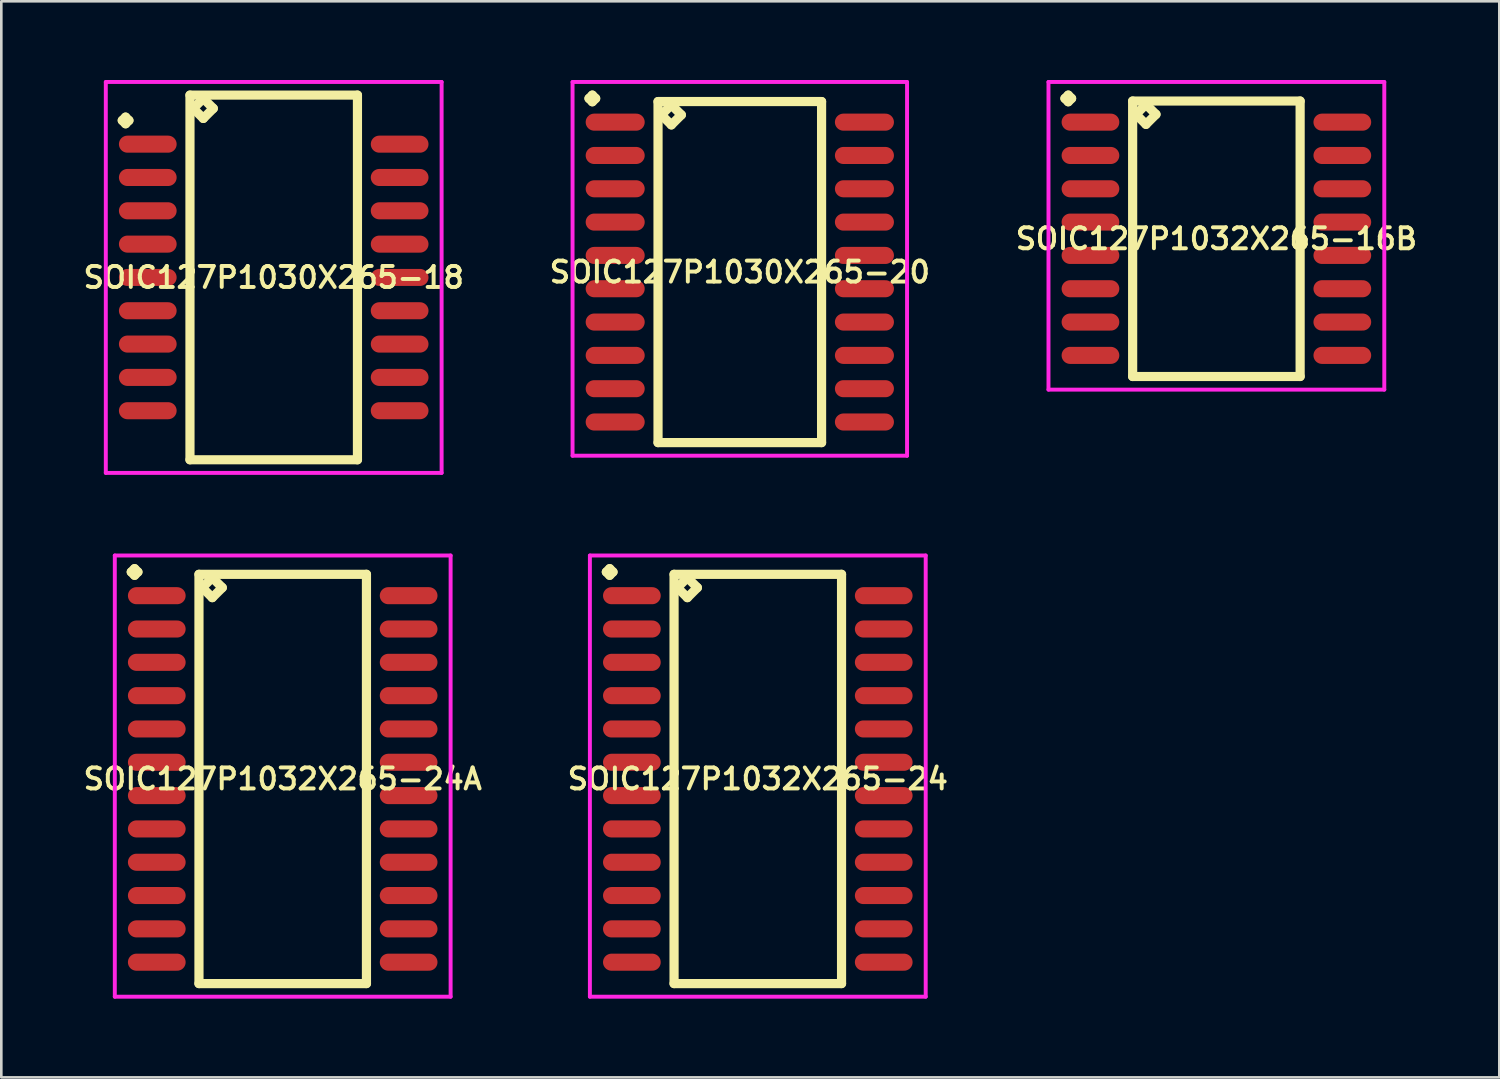
<source format=kicad_pcb>
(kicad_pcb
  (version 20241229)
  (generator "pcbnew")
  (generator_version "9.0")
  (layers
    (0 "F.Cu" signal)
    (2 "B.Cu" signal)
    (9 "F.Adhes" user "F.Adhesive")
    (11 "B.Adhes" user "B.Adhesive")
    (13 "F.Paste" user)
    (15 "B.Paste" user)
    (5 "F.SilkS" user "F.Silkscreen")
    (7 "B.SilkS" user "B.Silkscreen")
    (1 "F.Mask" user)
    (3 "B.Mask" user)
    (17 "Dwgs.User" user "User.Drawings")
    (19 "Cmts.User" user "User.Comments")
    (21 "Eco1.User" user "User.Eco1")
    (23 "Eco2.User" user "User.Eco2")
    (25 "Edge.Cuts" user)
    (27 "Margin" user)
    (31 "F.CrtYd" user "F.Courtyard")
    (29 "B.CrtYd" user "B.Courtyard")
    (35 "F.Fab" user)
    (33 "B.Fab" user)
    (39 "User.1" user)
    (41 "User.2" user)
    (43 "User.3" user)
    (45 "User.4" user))
  (footprint "SOIC127P1030X265-20"
    (layer "F.Cu")
    (at 25.149 7.321)
    (property "Reference" "SOIC127P1030X265-20" (at 0 0 0) (layer "F.SilkS") (effects (font (size 0.8 0.8) (thickness 0.15))))
    (attr smd)
    (fp_line (start -5.748 -6.619) (end -5.621 -6.746) (stroke (width 0.35) (type solid)) (layer "F.SilkS"))
    (fp_line (start -5.621 -6.746) (end -5.494 -6.619) (stroke (width 0.35) (type solid)) (layer "F.SilkS"))
    (fp_line (start -5.621 -6.492) (end -5.748 -6.619) (stroke (width 0.35) (type solid)) (layer "F.SilkS"))
    (fp_line (start -5.494 -6.619) (end -5.621 -6.492) (stroke (width 0.35) (type solid)) (layer "F.SilkS"))
    (fp_line (start -3.117 -6.5) (end -3.117 6.5) (stroke (width 0.35) (type solid)) (layer "F.SilkS"))
    (fp_line (start -3.117 6.5) (end 3.117 6.5) (stroke (width 0.35) (type solid)) (layer "F.SilkS"))
    (fp_line (start -2.99 -5.992) (end -2.609 -6.373) (stroke (width 0.35) (type solid)) (layer "F.SilkS"))
    (fp_line (start -2.609 -6.373) (end -2.228 -5.992) (stroke (width 0.35) (type solid)) (layer "F.SilkS"))
    (fp_line (start -2.609 -5.611) (end -2.99 -5.992) (stroke (width 0.35) (type solid)) (layer "F.SilkS"))
    (fp_line (start -2.228 -5.992) (end -2.609 -5.611) (stroke (width 0.35) (type solid)) (layer "F.SilkS"))
    (fp_line (start 3.117 -6.5) (end -3.117 -6.5) (stroke (width 0.35) (type solid)) (layer "F.SilkS"))
    (fp_line (start 3.117 6.5) (end 3.117 -6.5) (stroke (width 0.35) (type solid)) (layer "F.SilkS"))
    (fp_line (start -6.375 -7.246) (end 6.375 -7.246) (stroke (width 0.15) (type solid)) (layer "F.CrtYd"))
    (fp_line (start -6.375 7) (end -6.375 -7.246) (stroke (width 0.15) (type solid)) (layer "F.CrtYd"))
    (fp_line (start 6.375 -7.246) (end 6.375 7) (stroke (width 0.15) (type solid)) (layer "F.CrtYd"))
    (fp_line (start 6.375 7) (end -6.375 7) (stroke (width 0.15) (type solid)) (layer "F.CrtYd"))
    (pad "1" smd oval (at -4.75 -5.715) (size 2.25 0.65) (layers "F.Cu" "F.Mask" "F.Paste"))
    (pad "2" smd oval (at -4.75 -4.445) (size 2.25 0.65) (layers "F.Cu" "F.Mask" "F.Paste"))
    (pad "3" smd oval (at -4.75 -3.175) (size 2.25 0.65) (layers "F.Cu" "F.Mask" "F.Paste"))
    (pad "4" smd oval (at -4.75 -1.905) (size 2.25 0.65) (layers "F.Cu" "F.Mask" "F.Paste"))
    (pad "5" smd oval (at -4.75 -0.635) (size 2.25 0.65) (layers "F.Cu" "F.Mask" "F.Paste"))
    (pad "6" smd oval (at -4.75 0.635) (size 2.25 0.65) (layers "F.Cu" "F.Mask" "F.Paste"))
    (pad "7" smd oval (at -4.75 1.905) (size 2.25 0.65) (layers "F.Cu" "F.Mask" "F.Paste"))
    (pad "8" smd oval (at -4.75 3.175) (size 2.25 0.65) (layers "F.Cu" "F.Mask" "F.Paste"))
    (pad "9" smd oval (at -4.75 4.445) (size 2.25 0.65) (layers "F.Cu" "F.Mask" "F.Paste"))
    (pad "10" smd oval (at -4.75 5.715) (size 2.25 0.65) (layers "F.Cu" "F.Mask" "F.Paste"))
    (pad "11" smd oval (at 4.75 5.715) (size 2.25 0.65) (layers "F.Cu" "F.Mask" "F.Paste"))
    (pad "12" smd oval (at 4.75 4.445) (size 2.25 0.65) (layers "F.Cu" "F.Mask" "F.Paste"))
    (pad "13" smd oval (at 4.75 3.175) (size 2.25 0.65) (layers "F.Cu" "F.Mask" "F.Paste"))
    (pad "14" smd oval (at 4.75 1.905) (size 2.25 0.65) (layers "F.Cu" "F.Mask" "F.Paste"))
    (pad "15" smd oval (at 4.75 0.635) (size 2.25 0.65) (layers "F.Cu" "F.Mask" "F.Paste"))
    (pad "16" smd oval (at 4.75 -0.635) (size 2.25 0.65) (layers "F.Cu" "F.Mask" "F.Paste"))
    (pad "17" smd oval (at 4.75 -1.905) (size 2.25 0.65) (layers "F.Cu" "F.Mask" "F.Paste"))
    (pad "18" smd oval (at 4.75 -3.175) (size 2.25 0.65) (layers "F.Cu" "F.Mask" "F.Paste"))
    (pad "19" smd oval (at 4.75 -4.445) (size 2.25 0.65) (layers "F.Cu" "F.Mask" "F.Paste"))
    (pad "20" smd oval (at 4.75 -5.715) (size 2.25 0.65) (layers "F.Cu" "F.Mask" "F.Paste")))
  (footprint "SOIC127P1030X265-18"
    (layer "F.Cu")
    (at 7.383 7.525)
    (property "Reference" "SOIC127P1030X265-18" (at 0 0 0) (layer "F.SilkS") (effects (font (size 0.8 0.8) (thickness 0.15))))
    (attr smd)
    (fp_line (start -5.773 -5.984) (end -5.646 -6.111) (stroke (width 0.35) (type solid)) (layer "F.SilkS"))
    (fp_line (start -5.646 -6.111) (end -5.519 -5.984) (stroke (width 0.35) (type solid)) (layer "F.SilkS"))
    (fp_line (start -5.646 -5.857) (end -5.773 -5.984) (stroke (width 0.35) (type solid)) (layer "F.SilkS"))
    (fp_line (start -5.519 -5.984) (end -5.646 -5.857) (stroke (width 0.35) (type solid)) (layer "F.SilkS"))
    (fp_line (start -3.192 -6.95) (end -3.192 6.95) (stroke (width 0.35) (type solid)) (layer "F.SilkS"))
    (fp_line (start -3.192 6.95) (end 3.192 6.95) (stroke (width 0.35) (type solid)) (layer "F.SilkS"))
    (fp_line (start -3.065 -6.442) (end -2.684 -6.823) (stroke (width 0.35) (type solid)) (layer "F.SilkS"))
    (fp_line (start -2.684 -6.823) (end -2.303 -6.442) (stroke (width 0.35) (type solid)) (layer "F.SilkS"))
    (fp_line (start -2.684 -6.061) (end -3.065 -6.442) (stroke (width 0.35) (type solid)) (layer "F.SilkS"))
    (fp_line (start -2.303 -6.442) (end -2.684 -6.061) (stroke (width 0.35) (type solid)) (layer "F.SilkS"))
    (fp_line (start 3.192 -6.95) (end -3.192 -6.95) (stroke (width 0.35) (type solid)) (layer "F.SilkS"))
    (fp_line (start 3.192 6.95) (end 3.192 -6.95) (stroke (width 0.35) (type solid)) (layer "F.SilkS"))
    (fp_line (start -6.4 -7.45) (end 6.4 -7.45) (stroke (width 0.15) (type solid)) (layer "F.CrtYd"))
    (fp_line (start -6.4 7.45) (end -6.4 -7.45) (stroke (width 0.15) (type solid)) (layer "F.CrtYd"))
    (fp_line (start 6.4 -7.45) (end 6.4 7.45) (stroke (width 0.15) (type solid)) (layer "F.CrtYd"))
    (fp_line (start 6.4 7.45) (end -6.4 7.45) (stroke (width 0.15) (type solid)) (layer "F.CrtYd"))
    (pad "1" smd oval (at -4.8 -5.08) (size 2.2 0.65) (layers "F.Cu" "F.Mask" "F.Paste"))
    (pad "2" smd oval (at -4.8 -3.81) (size 2.2 0.65) (layers "F.Cu" "F.Mask" "F.Paste"))
    (pad "3" smd oval (at -4.8 -2.54) (size 2.2 0.65) (layers "F.Cu" "F.Mask" "F.Paste"))
    (pad "4" smd oval (at -4.8 -1.27) (size 2.2 0.65) (layers "F.Cu" "F.Mask" "F.Paste"))
    (pad "5" smd oval (at -4.8 0) (size 2.2 0.65) (layers "F.Cu" "F.Mask" "F.Paste"))
    (pad "6" smd oval (at -4.8 1.27) (size 2.2 0.65) (layers "F.Cu" "F.Mask" "F.Paste"))
    (pad "7" smd oval (at -4.8 2.54) (size 2.2 0.65) (layers "F.Cu" "F.Mask" "F.Paste"))
    (pad "8" smd oval (at -4.8 3.81) (size 2.2 0.65) (layers "F.Cu" "F.Mask" "F.Paste"))
    (pad "9" smd oval (at -4.8 5.08) (size 2.2 0.65) (layers "F.Cu" "F.Mask" "F.Paste"))
    (pad "10" smd oval (at 4.8 5.08) (size 2.2 0.65) (layers "F.Cu" "F.Mask" "F.Paste"))
    (pad "11" smd oval (at 4.8 3.81) (size 2.2 0.65) (layers "F.Cu" "F.Mask" "F.Paste"))
    (pad "12" smd oval (at 4.8 2.54) (size 2.2 0.65) (layers "F.Cu" "F.Mask" "F.Paste"))
    (pad "13" smd oval (at 4.8 1.27) (size 2.2 0.65) (layers "F.Cu" "F.Mask" "F.Paste"))
    (pad "14" smd oval (at 4.8 0) (size 2.2 0.65) (layers "F.Cu" "F.Mask" "F.Paste"))
    (pad "15" smd oval (at 4.8 -1.27) (size 2.2 0.65) (layers "F.Cu" "F.Mask" "F.Paste"))
    (pad "16" smd oval (at 4.8 -2.54) (size 2.2 0.65) (layers "F.Cu" "F.Mask" "F.Paste"))
    (pad "17" smd oval (at 4.8 -3.81) (size 2.2 0.65) (layers "F.Cu" "F.Mask" "F.Paste"))
    (pad "18" smd oval (at 4.8 -5.08) (size 2.2 0.65) (layers "F.Cu" "F.Mask" "F.Paste")))
  (footprint "SOIC127P1032X265-24A"
    (layer "F.Cu")
    (at 7.726 26.641)
    (property "Reference" "SOIC127P1032X265-24A" (at 0 0 0) (layer "F.SilkS") (effects (font (size 0.8 0.8) (thickness 0.15))))
    (attr smd)
    (fp_line (start -5.773 -7.889) (end -5.646 -8.016) (stroke (width 0.35) (type solid)) (layer "F.SilkS"))
    (fp_line (start -5.646 -8.016) (end -5.519 -7.889) (stroke (width 0.35) (type solid)) (layer "F.SilkS"))
    (fp_line (start -5.646 -7.762) (end -5.773 -7.889) (stroke (width 0.35) (type solid)) (layer "F.SilkS"))
    (fp_line (start -5.519 -7.889) (end -5.646 -7.762) (stroke (width 0.35) (type solid)) (layer "F.SilkS"))
    (fp_line (start -3.192 -7.8) (end -3.192 7.8) (stroke (width 0.35) (type solid)) (layer "F.SilkS"))
    (fp_line (start -3.192 7.8) (end 3.192 7.8) (stroke (width 0.35) (type solid)) (layer "F.SilkS"))
    (fp_line (start -3.065 -7.292) (end -2.684 -7.673) (stroke (width 0.35) (type solid)) (layer "F.SilkS"))
    (fp_line (start -2.684 -7.673) (end -2.303 -7.292) (stroke (width 0.35) (type solid)) (layer "F.SilkS"))
    (fp_line (start -2.684 -6.911) (end -3.065 -7.292) (stroke (width 0.35) (type solid)) (layer "F.SilkS"))
    (fp_line (start -2.303 -7.292) (end -2.684 -6.911) (stroke (width 0.35) (type solid)) (layer "F.SilkS"))
    (fp_line (start 3.192 -7.8) (end -3.192 -7.8) (stroke (width 0.35) (type solid)) (layer "F.SilkS"))
    (fp_line (start 3.192 7.8) (end 3.192 -7.8) (stroke (width 0.35) (type solid)) (layer "F.SilkS"))
    (fp_line (start -6.4 -8.516) (end 6.4 -8.516) (stroke (width 0.15) (type solid)) (layer "F.CrtYd"))
    (fp_line (start -6.4 8.3) (end -6.4 -8.516) (stroke (width 0.15) (type solid)) (layer "F.CrtYd"))
    (fp_line (start 6.4 -8.516) (end 6.4 8.3) (stroke (width 0.15) (type solid)) (layer "F.CrtYd"))
    (fp_line (start 6.4 8.3) (end -6.4 8.3) (stroke (width 0.15) (type solid)) (layer "F.CrtYd"))
    (pad "1" smd oval (at -4.8 -6.985) (size 2.2 0.65) (layers "F.Cu" "F.Mask" "F.Paste"))
    (pad "2" smd oval (at -4.8 -5.715) (size 2.2 0.65) (layers "F.Cu" "F.Mask" "F.Paste"))
    (pad "3" smd oval (at -4.8 -4.445) (size 2.2 0.65) (layers "F.Cu" "F.Mask" "F.Paste"))
    (pad "4" smd oval (at -4.8 -3.175) (size 2.2 0.65) (layers "F.Cu" "F.Mask" "F.Paste"))
    (pad "5" smd oval (at -4.8 -1.905) (size 2.2 0.65) (layers "F.Cu" "F.Mask" "F.Paste"))
    (pad "6" smd oval (at -4.8 -0.635) (size 2.2 0.65) (layers "F.Cu" "F.Mask" "F.Paste"))
    (pad "7" smd oval (at -4.8 0.635) (size 2.2 0.65) (layers "F.Cu" "F.Mask" "F.Paste"))
    (pad "8" smd oval (at -4.8 1.905) (size 2.2 0.65) (layers "F.Cu" "F.Mask" "F.Paste"))
    (pad "9" smd oval (at -4.8 3.175) (size 2.2 0.65) (layers "F.Cu" "F.Mask" "F.Paste"))
    (pad "10" smd oval (at -4.8 4.445) (size 2.2 0.65) (layers "F.Cu" "F.Mask" "F.Paste"))
    (pad "11" smd oval (at -4.8 5.715) (size 2.2 0.65) (layers "F.Cu" "F.Mask" "F.Paste"))
    (pad "12" smd oval (at -4.8 6.985) (size 2.2 0.65) (layers "F.Cu" "F.Mask" "F.Paste"))
    (pad "13" smd oval (at 4.8 6.985) (size 2.2 0.65) (layers "F.Cu" "F.Mask" "F.Paste"))
    (pad "14" smd oval (at 4.8 5.715) (size 2.2 0.65) (layers "F.Cu" "F.Mask" "F.Paste"))
    (pad "15" smd oval (at 4.8 4.445) (size 2.2 0.65) (layers "F.Cu" "F.Mask" "F.Paste"))
    (pad "16" smd oval (at 4.8 3.175) (size 2.2 0.65) (layers "F.Cu" "F.Mask" "F.Paste"))
    (pad "17" smd oval (at 4.8 1.905) (size 2.2 0.65) (layers "F.Cu" "F.Mask" "F.Paste"))
    (pad "18" smd oval (at 4.8 0.635) (size 2.2 0.65) (layers "F.Cu" "F.Mask" "F.Paste"))
    (pad "19" smd oval (at 4.8 -0.635) (size 2.2 0.65) (layers "F.Cu" "F.Mask" "F.Paste"))
    (pad "20" smd oval (at 4.8 -1.905) (size 2.2 0.65) (layers "F.Cu" "F.Mask" "F.Paste"))
    (pad "21" smd oval (at 4.8 -3.175) (size 2.2 0.65) (layers "F.Cu" "F.Mask" "F.Paste"))
    (pad "22" smd oval (at 4.8 -4.445) (size 2.2 0.65) (layers "F.Cu" "F.Mask" "F.Paste"))
    (pad "23" smd oval (at 4.8 -5.715) (size 2.2 0.65) (layers "F.Cu" "F.Mask" "F.Paste"))
    (pad "24" smd oval (at 4.8 -6.985) (size 2.2 0.65) (layers "F.Cu" "F.Mask" "F.Paste")))
  (footprint "SOIC127P1032X265-16B"
    (layer "F.Cu")
    (at 43.315 6.051)
    (property "Reference" "SOIC127P1032X265-16B" (at 0 0 0) (layer "F.SilkS") (effects (font (size 0.8 0.8) (thickness 0.15))))
    (attr smd)
    (fp_line (start -5.773 -5.349) (end -5.646 -5.476) (stroke (width 0.35) (type solid)) (layer "F.SilkS"))
    (fp_line (start -5.646 -5.476) (end -5.519 -5.349) (stroke (width 0.35) (type solid)) (layer "F.SilkS"))
    (fp_line (start -5.646 -5.222) (end -5.773 -5.349) (stroke (width 0.35) (type solid)) (layer "F.SilkS"))
    (fp_line (start -5.519 -5.349) (end -5.646 -5.222) (stroke (width 0.35) (type solid)) (layer "F.SilkS"))
    (fp_line (start -3.192 -5.25) (end -3.192 5.25) (stroke (width 0.35) (type solid)) (layer "F.SilkS"))
    (fp_line (start -3.192 5.25) (end 3.192 5.25) (stroke (width 0.35) (type solid)) (layer "F.SilkS"))
    (fp_line (start -3.065 -4.742) (end -2.684 -5.123) (stroke (width 0.35) (type solid)) (layer "F.SilkS"))
    (fp_line (start -2.684 -5.123) (end -2.303 -4.742) (stroke (width 0.35) (type solid)) (layer "F.SilkS"))
    (fp_line (start -2.684 -4.361) (end -3.065 -4.742) (stroke (width 0.35) (type solid)) (layer "F.SilkS"))
    (fp_line (start -2.303 -4.742) (end -2.684 -4.361) (stroke (width 0.35) (type solid)) (layer "F.SilkS"))
    (fp_line (start 3.192 -5.25) (end -3.192 -5.25) (stroke (width 0.35) (type solid)) (layer "F.SilkS"))
    (fp_line (start 3.192 5.25) (end 3.192 -5.25) (stroke (width 0.35) (type solid)) (layer "F.SilkS"))
    (fp_line (start -6.4 -5.976) (end 6.4 -5.976) (stroke (width 0.15) (type solid)) (layer "F.CrtYd"))
    (fp_line (start -6.4 5.75) (end -6.4 -5.976) (stroke (width 0.15) (type solid)) (layer "F.CrtYd"))
    (fp_line (start 6.4 -5.976) (end 6.4 5.75) (stroke (width 0.15) (type solid)) (layer "F.CrtYd"))
    (fp_line (start 6.4 5.75) (end -6.4 5.75) (stroke (width 0.15) (type solid)) (layer "F.CrtYd"))
    (pad "1" smd oval (at -4.8 -4.445) (size 2.2 0.65) (layers "F.Cu" "F.Mask" "F.Paste"))
    (pad "2" smd oval (at -4.8 -3.175) (size 2.2 0.65) (layers "F.Cu" "F.Mask" "F.Paste"))
    (pad "3" smd oval (at -4.8 -1.905) (size 2.2 0.65) (layers "F.Cu" "F.Mask" "F.Paste"))
    (pad "4" smd oval (at -4.8 -0.635) (size 2.2 0.65) (layers "F.Cu" "F.Mask" "F.Paste"))
    (pad "5" smd oval (at -4.8 0.635) (size 2.2 0.65) (layers "F.Cu" "F.Mask" "F.Paste"))
    (pad "6" smd oval (at -4.8 1.905) (size 2.2 0.65) (layers "F.Cu" "F.Mask" "F.Paste"))
    (pad "7" smd oval (at -4.8 3.175) (size 2.2 0.65) (layers "F.Cu" "F.Mask" "F.Paste"))
    (pad "8" smd oval (at -4.8 4.445) (size 2.2 0.65) (layers "F.Cu" "F.Mask" "F.Paste"))
    (pad "9" smd oval (at 4.8 4.445) (size 2.2 0.65) (layers "F.Cu" "F.Mask" "F.Paste"))
    (pad "10" smd oval (at 4.8 3.175) (size 2.2 0.65) (layers "F.Cu" "F.Mask" "F.Paste"))
    (pad "11" smd oval (at 4.8 1.905) (size 2.2 0.65) (layers "F.Cu" "F.Mask" "F.Paste"))
    (pad "12" smd oval (at 4.8 0.635) (size 2.2 0.65) (layers "F.Cu" "F.Mask" "F.Paste"))
    (pad "13" smd oval (at 4.8 -0.635) (size 2.2 0.65) (layers "F.Cu" "F.Mask" "F.Paste"))
    (pad "14" smd oval (at 4.8 -1.905) (size 2.2 0.65) (layers "F.Cu" "F.Mask" "F.Paste"))
    (pad "15" smd oval (at 4.8 -3.175) (size 2.2 0.65) (layers "F.Cu" "F.Mask" "F.Paste"))
    (pad "16" smd oval (at 4.8 -4.445) (size 2.2 0.65) (layers "F.Cu" "F.Mask" "F.Paste")))
  (footprint "SOIC127P1032X265-24"
    (layer "F.Cu")
    (at 25.835 26.641)
    (property "Reference" "SOIC127P1032X265-24" (at 0 0 0) (layer "F.SilkS") (effects (font (size 0.8 0.8) (thickness 0.15))))
    (attr smd)
    (fp_line (start -5.773 -7.889) (end -5.646 -8.016) (stroke (width 0.35) (type solid)) (layer "F.SilkS"))
    (fp_line (start -5.646 -8.016) (end -5.519 -7.889) (stroke (width 0.35) (type solid)) (layer "F.SilkS"))
    (fp_line (start -5.646 -7.762) (end -5.773 -7.889) (stroke (width 0.35) (type solid)) (layer "F.SilkS"))
    (fp_line (start -5.519 -7.889) (end -5.646 -7.762) (stroke (width 0.35) (type solid)) (layer "F.SilkS"))
    (fp_line (start -3.192 -7.8) (end -3.192 7.8) (stroke (width 0.35) (type solid)) (layer "F.SilkS"))
    (fp_line (start -3.192 7.8) (end 3.192 7.8) (stroke (width 0.35) (type solid)) (layer "F.SilkS"))
    (fp_line (start -3.065 -7.292) (end -2.684 -7.673) (stroke (width 0.35) (type solid)) (layer "F.SilkS"))
    (fp_line (start -2.684 -7.673) (end -2.303 -7.292) (stroke (width 0.35) (type solid)) (layer "F.SilkS"))
    (fp_line (start -2.684 -6.911) (end -3.065 -7.292) (stroke (width 0.35) (type solid)) (layer "F.SilkS"))
    (fp_line (start -2.303 -7.292) (end -2.684 -6.911) (stroke (width 0.35) (type solid)) (layer "F.SilkS"))
    (fp_line (start 3.192 -7.8) (end -3.192 -7.8) (stroke (width 0.35) (type solid)) (layer "F.SilkS"))
    (fp_line (start 3.192 7.8) (end 3.192 -7.8) (stroke (width 0.35) (type solid)) (layer "F.SilkS"))
    (fp_line (start -6.4 -8.516) (end 6.4 -8.516) (stroke (width 0.15) (type solid)) (layer "F.CrtYd"))
    (fp_line (start -6.4 8.3) (end -6.4 -8.516) (stroke (width 0.15) (type solid)) (layer "F.CrtYd"))
    (fp_line (start 6.4 -8.516) (end 6.4 8.3) (stroke (width 0.15) (type solid)) (layer "F.CrtYd"))
    (fp_line (start 6.4 8.3) (end -6.4 8.3) (stroke (width 0.15) (type solid)) (layer "F.CrtYd"))
    (pad "1" smd oval (at -4.8 -6.985) (size 2.2 0.65) (layers "F.Cu" "F.Mask" "F.Paste"))
    (pad "2" smd oval (at -4.8 -5.715) (size 2.2 0.65) (layers "F.Cu" "F.Mask" "F.Paste"))
    (pad "3" smd oval (at -4.8 -4.445) (size 2.2 0.65) (layers "F.Cu" "F.Mask" "F.Paste"))
    (pad "4" smd oval (at -4.8 -3.175) (size 2.2 0.65) (layers "F.Cu" "F.Mask" "F.Paste"))
    (pad "5" smd oval (at -4.8 -1.905) (size 2.2 0.65) (layers "F.Cu" "F.Mask" "F.Paste"))
    (pad "6" smd oval (at -4.8 -0.635) (size 2.2 0.65) (layers "F.Cu" "F.Mask" "F.Paste"))
    (pad "7" smd oval (at -4.8 0.635) (size 2.2 0.65) (layers "F.Cu" "F.Mask" "F.Paste"))
    (pad "8" smd oval (at -4.8 1.905) (size 2.2 0.65) (layers "F.Cu" "F.Mask" "F.Paste"))
    (pad "9" smd oval (at -4.8 3.175) (size 2.2 0.65) (layers "F.Cu" "F.Mask" "F.Paste"))
    (pad "10" smd oval (at -4.8 4.445) (size 2.2 0.65) (layers "F.Cu" "F.Mask" "F.Paste"))
    (pad "11" smd oval (at -4.8 5.715) (size 2.2 0.65) (layers "F.Cu" "F.Mask" "F.Paste"))
    (pad "12" smd oval (at -4.8 6.985) (size 2.2 0.65) (layers "F.Cu" "F.Mask" "F.Paste"))
    (pad "13" smd oval (at 4.8 6.985) (size 2.2 0.65) (layers "F.Cu" "F.Mask" "F.Paste"))
    (pad "14" smd oval (at 4.8 5.715) (size 2.2 0.65) (layers "F.Cu" "F.Mask" "F.Paste"))
    (pad "15" smd oval (at 4.8 4.445) (size 2.2 0.65) (layers "F.Cu" "F.Mask" "F.Paste"))
    (pad "16" smd oval (at 4.8 3.175) (size 2.2 0.65) (layers "F.Cu" "F.Mask" "F.Paste"))
    (pad "17" smd oval (at 4.8 1.905) (size 2.2 0.65) (layers "F.Cu" "F.Mask" "F.Paste"))
    (pad "18" smd oval (at 4.8 0.635) (size 2.2 0.65) (layers "F.Cu" "F.Mask" "F.Paste"))
    (pad "19" smd oval (at 4.8 -0.635) (size 2.2 0.65) (layers "F.Cu" "F.Mask" "F.Paste"))
    (pad "20" smd oval (at 4.8 -1.905) (size 2.2 0.65) (layers "F.Cu" "F.Mask" "F.Paste"))
    (pad "21" smd oval (at 4.8 -3.175) (size 2.2 0.65) (layers "F.Cu" "F.Mask" "F.Paste"))
    (pad "22" smd oval (at 4.8 -4.445) (size 2.2 0.65) (layers "F.Cu" "F.Mask" "F.Paste"))
    (pad "23" smd oval (at 4.8 -5.715) (size 2.2 0.65) (layers "F.Cu" "F.Mask" "F.Paste"))
    (pad "24" smd oval (at 4.8 -6.985) (size 2.2 0.65) (layers "F.Cu" "F.Mask" "F.Paste")))
  (gr_rect
    (start -3 -3)
    (end 54.099 38.016)
    (stroke (width 0.1) (type default))
    (fill no)
    (layer "Edge.Cuts")))
</source>
